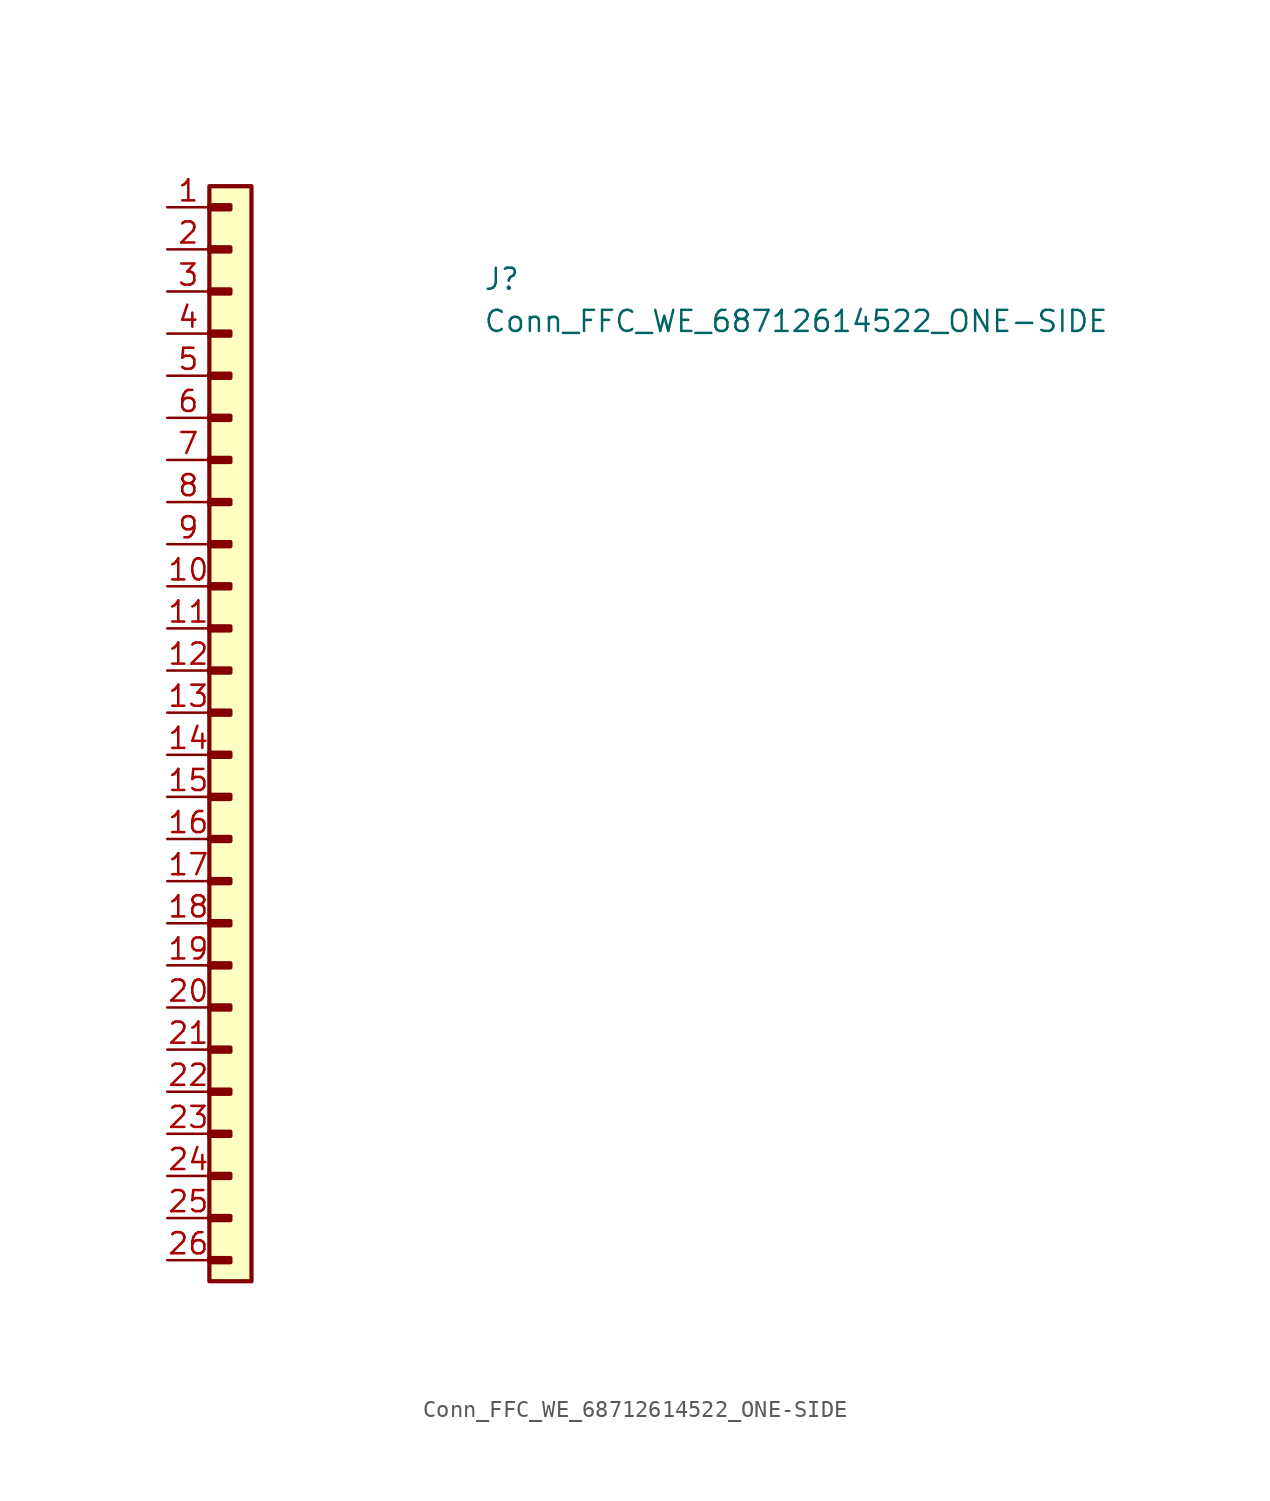
<source format=kicad_sym>
(kicad_symbol_lib
  (version 20211014)
  (generator kicad_symbol_editor)
  (symbol "Conn_FFC_WE_68712614522_ONE-SIDE"
    (property "Reference" "J"
      (at 19.05 -5.08 0)
      (effects (font (size 1.27 1.27) (thickness 0.15)) (justify left bottom)))
    (property "Value" "Conn_FFC_WE_68712614522_ONE-SIDE"
      (at 19.05 -7.62 0)
      (effects (font (size 1.27 1.27) (thickness 0.15)) (justify left bottom)))
    (symbol "Conn_FFC_WE_68712614522_ONE-SIDE_1_1"
      (rectangle (start 2.54 -63.373) (end 3.81 -63.627) (stroke (width 0.254) (type default) (color 0 0 0 0)) (fill (type background)))
      (rectangle (start 2.54 -60.833) (end 3.81 -61.087) (stroke (width 0.254) (type default) (color 0 0 0 0)) (fill (type background)))
      (rectangle (start 2.54 -58.293) (end 3.81 -58.547) (stroke (width 0.254) (type default) (color 0 0 0 0)) (fill (type background)))
      (rectangle (start 2.54 -55.753) (end 3.81 -56.007) (stroke (width 0.254) (type default) (color 0 0 0 0)) (fill (type background)))
      (rectangle (start 2.54 -53.213) (end 3.81 -53.467) (stroke (width 0.254) (type default) (color 0 0 0 0)) (fill (type background)))
      (rectangle (start 2.54 -50.673) (end 3.81 -50.927) (stroke (width 0.254) (type default) (color 0 0 0 0)) (fill (type background)))
      (rectangle (start 2.54 -48.133) (end 3.81 -48.387) (stroke (width 0.254) (type default) (color 0 0 0 0)) (fill (type background)))
      (rectangle (start 2.54 -45.593) (end 3.81 -45.847) (stroke (width 0.254) (type default) (color 0 0 0 0)) (fill (type background)))
      (rectangle (start 2.54 -43.053) (end 3.81 -43.307) (stroke (width 0.254) (type default) (color 0 0 0 0)) (fill (type background)))
      (rectangle (start 2.54 -40.513) (end 3.81 -40.767) (stroke (width 0.254) (type default) (color 0 0 0 0)) (fill (type background)))
      (rectangle (start 2.54 -37.973) (end 3.81 -38.227) (stroke (width 0.254) (type default) (color 0 0 0 0)) (fill (type background)))
      (rectangle (start 2.54 -35.433) (end 3.81 -35.687) (stroke (width 0.254) (type default) (color 0 0 0 0)) (fill (type background)))
      (rectangle (start 2.54 -32.893) (end 3.81 -33.147) (stroke (width 0.254) (type default) (color 0 0 0 0)) (fill (type background)))
      (rectangle (start 2.54 -30.353) (end 3.81 -30.607) (stroke (width 0.254) (type default) (color 0 0 0 0)) (fill (type background)))
      (rectangle (start 2.54 -27.813) (end 3.81 -28.067) (stroke (width 0.254) (type default) (color 0 0 0 0)) (fill (type background)))
      (rectangle (start 2.54 -25.273) (end 3.81 -25.527) (stroke (width 0.254) (type default) (color 0 0 0 0)) (fill (type background)))
      (rectangle (start 2.54 -22.733) (end 3.81 -22.987) (stroke (width 0.254) (type default) (color 0 0 0 0)) (fill (type background)))
      (rectangle (start 2.54 -20.193) (end 3.81 -20.447) (stroke (width 0.254) (type default) (color 0 0 0 0)) (fill (type background)))
      (rectangle (start 2.54 -17.653) (end 3.81 -17.907) (stroke (width 0.254) (type default) (color 0 0 0 0)) (fill (type background)))
      (rectangle (start 2.54 -15.113) (end 3.81 -15.367) (stroke (width 0.254) (type default) (color 0 0 0 0)) (fill (type background)))
      (rectangle (start 2.54 -12.573) (end 3.81 -12.827) (stroke (width 0.254) (type default) (color 0 0 0 0)) (fill (type background)))
      (rectangle (start 2.54 -10.033) (end 3.81 -10.287) (stroke (width 0.254) (type default) (color 0 0 0 0)) (fill (type background)))
      (rectangle (start 2.54 -7.493) (end 3.81 -7.747) (stroke (width 0.254) (type default) (color 0 0 0 0)) (fill (type background)))
      (rectangle (start 2.54 -4.953) (end 3.81 -5.207) (stroke (width 0.254) (type default) (color 0 0 0 0)) (fill (type background)))
      (rectangle (start 2.54 -2.413) (end 3.81 -2.667) (stroke (width 0.254) (type default) (color 0 0 0 0)) (fill (type background)))
      (rectangle (start 2.54 0.127) (end 3.81 -0.127) (stroke (width 0.254) (type default) (color 0 0 0 0)) (fill (type background)))
      (rectangle (start 2.54 1.27) (end 5.08 -64.77) (stroke (width 0.254) (type default) (color 0 0 0 0)) (fill (type background)))
      (pin passive line (at 0 0 0) (length 2.54) (name "~" (effects (font (size 1.27 1.27)))) (number "1" (effects (font (size 1.27 1.27)))))
      (pin passive line (at 0 -22.86 0) (length 2.54) (name "~" (effects (font (size 1.27 1.27)))) (number "10" (effects (font (size 1.27 1.27)))))
      (pin passive line (at 0 -25.4 0) (length 2.54) (name "~" (effects (font (size 1.27 1.27)))) (number "11" (effects (font (size 1.27 1.27)))))
      (pin passive line (at 0 -27.94 0) (length 2.54) (name "~" (effects (font (size 1.27 1.27)))) (number "12" (effects (font (size 1.27 1.27)))))
      (pin passive line (at 0 -30.48 0) (length 2.54) (name "~" (effects (font (size 1.27 1.27)))) (number "13" (effects (font (size 1.27 1.27)))))
      (pin passive line (at 0 -33.02 0) (length 2.54) (name "~" (effects (font (size 1.27 1.27)))) (number "14" (effects (font (size 1.27 1.27)))))
      (pin passive line (at 0 -35.56 0) (length 2.54) (name "~" (effects (font (size 1.27 1.27)))) (number "15" (effects (font (size 1.27 1.27)))))
      (pin passive line (at 0 -38.1 0) (length 2.54) (name "~" (effects (font (size 1.27 1.27)))) (number "16" (effects (font (size 1.27 1.27)))))
      (pin passive line (at 0 -40.64 0) (length 2.54) (name "~" (effects (font (size 1.27 1.27)))) (number "17" (effects (font (size 1.27 1.27)))))
      (pin passive line (at 0 -43.18 0) (length 2.54) (name "~" (effects (font (size 1.27 1.27)))) (number "18" (effects (font (size 1.27 1.27)))))
      (pin passive line (at 0 -45.72 0) (length 2.54) (name "~" (effects (font (size 1.27 1.27)))) (number "19" (effects (font (size 1.27 1.27)))))
      (pin passive line (at 0 -2.54 0) (length 2.54) (name "~" (effects (font (size 1.27 1.27)))) (number "2" (effects (font (size 1.27 1.27)))))
      (pin passive line (at 0 -48.26 0) (length 2.54) (name "~" (effects (font (size 1.27 1.27)))) (number "20" (effects (font (size 1.27 1.27)))))
      (pin passive line (at 0 -50.8 0) (length 2.54) (name "~" (effects (font (size 1.27 1.27)))) (number "21" (effects (font (size 1.27 1.27)))))
      (pin passive line (at 0 -53.34 0) (length 2.54) (name "~" (effects (font (size 1.27 1.27)))) (number "22" (effects (font (size 1.27 1.27)))))
      (pin passive line (at 0 -55.88 0) (length 2.54) (name "~" (effects (font (size 1.27 1.27)))) (number "23" (effects (font (size 1.27 1.27)))))
      (pin passive line (at 0 -58.42 0) (length 2.54) (name "~" (effects (font (size 1.27 1.27)))) (number "24" (effects (font (size 1.27 1.27)))))
      (pin passive line (at 0 -60.96 0) (length 2.54) (name "~" (effects (font (size 1.27 1.27)))) (number "25" (effects (font (size 1.27 1.27)))))
      (pin passive line (at 0 -63.5 0) (length 2.54) (name "~" (effects (font (size 1.27 1.27)))) (number "26" (effects (font (size 1.27 1.27)))))
      (pin passive line (at 0 -5.08 0) (length 2.54) (name "~" (effects (font (size 1.27 1.27)))) (number "3" (effects (font (size 1.27 1.27)))))
      (pin passive line (at 0 -7.62 0) (length 2.54) (name "~" (effects (font (size 1.27 1.27)))) (number "4" (effects (font (size 1.27 1.27)))))
      (pin passive line (at 0 -10.16 0) (length 2.54) (name "~" (effects (font (size 1.27 1.27)))) (number "5" (effects (font (size 1.27 1.27)))))
      (pin passive line (at 0 -12.7 0) (length 2.54) (name "~" (effects (font (size 1.27 1.27)))) (number "6" (effects (font (size 1.27 1.27)))))
      (pin passive line (at 0 -15.24 0) (length 2.54) (name "~" (effects (font (size 1.27 1.27)))) (number "7" (effects (font (size 1.27 1.27)))))
      (pin passive line (at 0 -17.78 0) (length 2.54) (name "~" (effects (font (size 1.27 1.27)))) (number "8" (effects (font (size 1.27 1.27)))))
      (pin passive line (at 0 -20.32 0) (length 2.54) (name "~" (effects (font (size 1.27 1.27)))) (number "9" (effects (font (size 1.27 1.27))))))))
</source>
